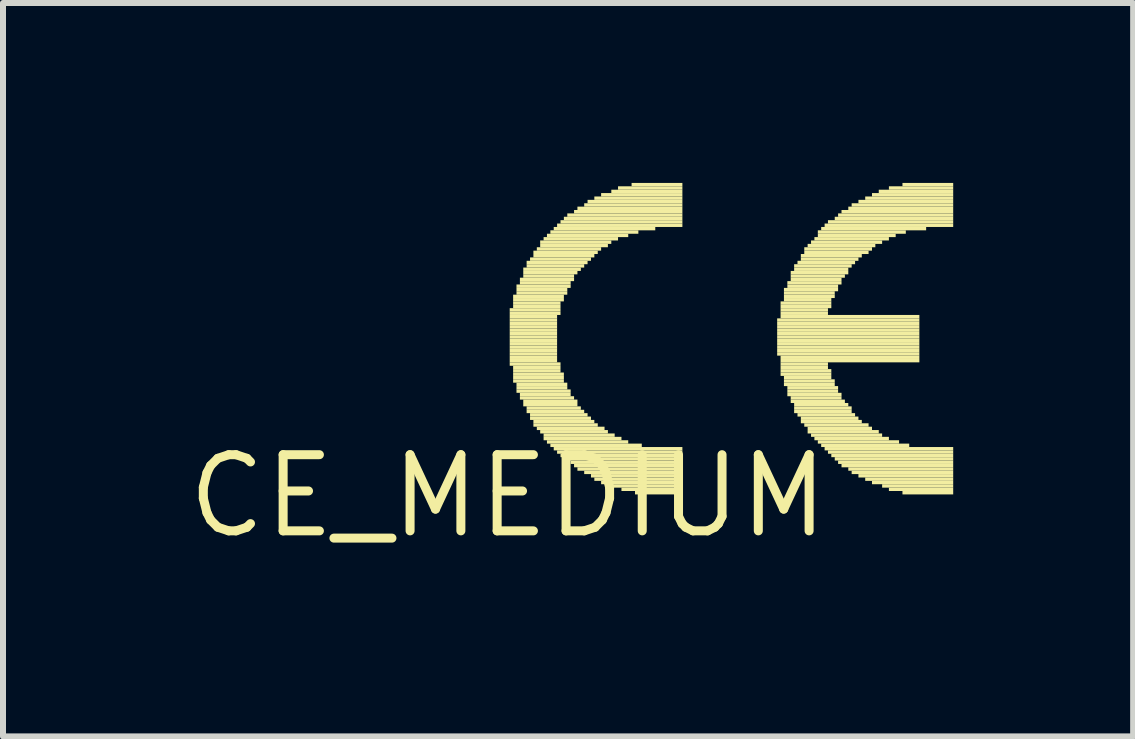
<source format=kicad_pcb>
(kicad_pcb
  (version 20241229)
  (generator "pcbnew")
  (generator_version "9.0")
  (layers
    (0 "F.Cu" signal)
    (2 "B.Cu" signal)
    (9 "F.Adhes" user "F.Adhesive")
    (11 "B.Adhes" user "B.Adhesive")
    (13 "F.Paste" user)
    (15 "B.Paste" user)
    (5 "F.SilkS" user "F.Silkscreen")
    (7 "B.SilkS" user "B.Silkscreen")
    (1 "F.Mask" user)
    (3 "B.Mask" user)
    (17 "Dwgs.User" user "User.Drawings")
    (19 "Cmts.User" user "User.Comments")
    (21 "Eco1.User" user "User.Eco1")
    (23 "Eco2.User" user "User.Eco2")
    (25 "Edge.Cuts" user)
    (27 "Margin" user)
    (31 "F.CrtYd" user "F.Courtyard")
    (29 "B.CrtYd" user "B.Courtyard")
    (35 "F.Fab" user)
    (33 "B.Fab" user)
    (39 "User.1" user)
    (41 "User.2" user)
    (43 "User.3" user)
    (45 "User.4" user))
  (footprint "CE_MEDIUM"
    (layer "F.Cu")
    (at 5.42 5.221)
    (property "Reference" "CE_MEDIUM" (at 0 0 0) (layer "F.SilkS") (effects (font (size 1.27 1.27) (thickness 0.15))))
    (fp_poly (pts (xy 0.028 -3.076) (xy 0.875 -3.076) (xy 0.875 -3.133) (xy 0.028 -3.133)) (stroke (width 0) (type solid)) (fill yes) (layer "F.SilkS"))
    (fp_poly (pts (xy 0.028 -3.02) (xy 0.875 -3.02) (xy 0.875 -3.076) (xy 0.028 -3.076)) (stroke (width 0) (type solid)) (fill yes) (layer "F.SilkS"))
    (fp_poly (pts (xy 0.028 -2.963) (xy 0.818 -2.963) (xy 0.818 -3.02) (xy 0.028 -3.02)) (stroke (width 0) (type solid)) (fill yes) (layer "F.SilkS"))
    (fp_poly (pts (xy 0.028 -2.907) (xy 0.818 -2.907) (xy 0.818 -2.963) (xy 0.028 -2.963)) (stroke (width 0) (type solid)) (fill yes) (layer "F.SilkS"))
    (fp_poly (pts (xy 0.028 -2.85) (xy 0.818 -2.85) (xy 0.818 -2.907) (xy 0.028 -2.907)) (stroke (width 0) (type solid)) (fill yes) (layer "F.SilkS"))
    (fp_poly (pts (xy 0.028 -2.794) (xy 0.818 -2.794) (xy 0.818 -2.85) (xy 0.028 -2.85)) (stroke (width 0) (type solid)) (fill yes) (layer "F.SilkS"))
    (fp_poly (pts (xy 0.028 -2.738) (xy 0.818 -2.738) (xy 0.818 -2.794) (xy 0.028 -2.794)) (stroke (width 0) (type solid)) (fill yes) (layer "F.SilkS"))
    (fp_poly (pts (xy 0.028 -2.681) (xy 0.818 -2.681) (xy 0.818 -2.738) (xy 0.028 -2.738)) (stroke (width 0) (type solid)) (fill yes) (layer "F.SilkS"))
    (fp_poly (pts (xy 0.028 -2.625) (xy 0.818 -2.625) (xy 0.818 -2.681) (xy 0.028 -2.681)) (stroke (width 0) (type solid)) (fill yes) (layer "F.SilkS"))
    (fp_poly (pts (xy 0.028 -2.568) (xy 0.818 -2.568) (xy 0.818 -2.625) (xy 0.028 -2.625)) (stroke (width 0) (type solid)) (fill yes) (layer "F.SilkS"))
    (fp_poly (pts (xy 0.028 -2.512) (xy 0.818 -2.512) (xy 0.818 -2.568) (xy 0.028 -2.568)) (stroke (width 0) (type solid)) (fill yes) (layer "F.SilkS"))
    (fp_poly (pts (xy 0.028 -2.455) (xy 0.818 -2.455) (xy 0.818 -2.512) (xy 0.028 -2.512)) (stroke (width 0) (type solid)) (fill yes) (layer "F.SilkS"))
    (fp_poly (pts (xy 0.028 -2.399) (xy 0.818 -2.399) (xy 0.818 -2.455) (xy 0.028 -2.455)) (stroke (width 0) (type solid)) (fill yes) (layer "F.SilkS"))
    (fp_poly (pts (xy 0.028 -2.342) (xy 0.818 -2.342) (xy 0.818 -2.399) (xy 0.028 -2.399)) (stroke (width 0) (type solid)) (fill yes) (layer "F.SilkS"))
    (fp_poly (pts (xy 0.028 -2.286) (xy 0.818 -2.286) (xy 0.818 -2.342) (xy 0.028 -2.342)) (stroke (width 0) (type solid)) (fill yes) (layer "F.SilkS"))
    (fp_poly (pts (xy 0.028 -2.23) (xy 0.818 -2.23) (xy 0.818 -2.286) (xy 0.028 -2.286)) (stroke (width 0) (type solid)) (fill yes) (layer "F.SilkS"))
    (fp_poly (pts (xy 0.028 -2.173) (xy 0.875 -2.173) (xy 0.875 -2.23) (xy 0.028 -2.23)) (stroke (width 0) (type solid)) (fill yes) (layer "F.SilkS"))
    (fp_poly (pts (xy 0.085 -3.302) (xy 0.931 -3.302) (xy 0.931 -3.358) (xy 0.085 -3.358)) (stroke (width 0) (type solid)) (fill yes) (layer "F.SilkS"))
    (fp_poly (pts (xy 0.085 -3.246) (xy 0.931 -3.246) (xy 0.931 -3.302) (xy 0.085 -3.302)) (stroke (width 0) (type solid)) (fill yes) (layer "F.SilkS"))
    (fp_poly (pts (xy 0.085 -3.189) (xy 0.875 -3.189) (xy 0.875 -3.246) (xy 0.085 -3.246)) (stroke (width 0) (type solid)) (fill yes) (layer "F.SilkS"))
    (fp_poly (pts (xy 0.085 -3.133) (xy 0.875 -3.133) (xy 0.875 -3.189) (xy 0.085 -3.189)) (stroke (width 0) (type solid)) (fill yes) (layer "F.SilkS"))
    (fp_poly (pts (xy 0.085 -2.117) (xy 0.875 -2.117) (xy 0.875 -2.173) (xy 0.085 -2.173)) (stroke (width 0) (type solid)) (fill yes) (layer "F.SilkS"))
    (fp_poly (pts (xy 0.085 -2.06) (xy 0.875 -2.06) (xy 0.875 -2.117) (xy 0.085 -2.117)) (stroke (width 0) (type solid)) (fill yes) (layer "F.SilkS"))
    (fp_poly (pts (xy 0.085 -2.004) (xy 0.931 -2.004) (xy 0.931 -2.06) (xy 0.085 -2.06)) (stroke (width 0) (type solid)) (fill yes) (layer "F.SilkS"))
    (fp_poly (pts (xy 0.085 -1.947) (xy 0.931 -1.947) (xy 0.931 -2.004) (xy 0.085 -2.004)) (stroke (width 0) (type solid)) (fill yes) (layer "F.SilkS"))
    (fp_poly (pts (xy 0.085 -1.891) (xy 0.931 -1.891) (xy 0.931 -1.947) (xy 0.085 -1.947)) (stroke (width 0) (type solid)) (fill yes) (layer "F.SilkS"))
    (fp_poly (pts (xy 0.141 -3.471) (xy 1.044 -3.471) (xy 1.044 -3.528) (xy 0.141 -3.528)) (stroke (width 0) (type solid)) (fill yes) (layer "F.SilkS"))
    (fp_poly (pts (xy 0.141 -3.415) (xy 0.988 -3.415) (xy 0.988 -3.471) (xy 0.141 -3.471)) (stroke (width 0) (type solid)) (fill yes) (layer "F.SilkS"))
    (fp_poly (pts (xy 0.141 -3.358) (xy 0.988 -3.358) (xy 0.988 -3.415) (xy 0.141 -3.415)) (stroke (width 0) (type solid)) (fill yes) (layer "F.SilkS"))
    (fp_poly (pts (xy 0.141 -1.834) (xy 0.988 -1.834) (xy 0.988 -1.891) (xy 0.141 -1.891)) (stroke (width 0) (type solid)) (fill yes) (layer "F.SilkS"))
    (fp_poly (pts (xy 0.141 -1.778) (xy 0.988 -1.778) (xy 0.988 -1.834) (xy 0.141 -1.834)) (stroke (width 0) (type solid)) (fill yes) (layer "F.SilkS"))
    (fp_poly (pts (xy 0.141 -1.722) (xy 1.044 -1.722) (xy 1.044 -1.778) (xy 0.141 -1.778)) (stroke (width 0) (type solid)) (fill yes) (layer "F.SilkS"))
    (fp_poly (pts (xy 0.198 -3.584) (xy 1.101 -3.584) (xy 1.101 -3.641) (xy 0.198 -3.641)) (stroke (width 0) (type solid)) (fill yes) (layer "F.SilkS"))
    (fp_poly (pts (xy 0.198 -3.528) (xy 1.044 -3.528) (xy 1.044 -3.584) (xy 0.198 -3.584)) (stroke (width 0) (type solid)) (fill yes) (layer "F.SilkS"))
    (fp_poly (pts (xy 0.198 -1.665) (xy 1.044 -1.665) (xy 1.044 -1.722) (xy 0.198 -1.722)) (stroke (width 0) (type solid)) (fill yes) (layer "F.SilkS"))
    (fp_poly (pts (xy 0.198 -1.609) (xy 1.101 -1.609) (xy 1.101 -1.665) (xy 0.198 -1.665)) (stroke (width 0) (type solid)) (fill yes) (layer "F.SilkS"))
    (fp_poly (pts (xy 0.254 -3.754) (xy 1.214 -3.754) (xy 1.214 -3.81) (xy 0.254 -3.81)) (stroke (width 0) (type solid)) (fill yes) (layer "F.SilkS"))
    (fp_poly (pts (xy 0.254 -3.697) (xy 1.157 -3.697) (xy 1.157 -3.754) (xy 0.254 -3.754)) (stroke (width 0) (type solid)) (fill yes) (layer "F.SilkS"))
    (fp_poly (pts (xy 0.254 -3.641) (xy 1.101 -3.641) (xy 1.101 -3.697) (xy 0.254 -3.697)) (stroke (width 0) (type solid)) (fill yes) (layer "F.SilkS"))
    (fp_poly (pts (xy 0.254 -1.552) (xy 1.157 -1.552) (xy 1.157 -1.609) (xy 0.254 -1.609)) (stroke (width 0) (type solid)) (fill yes) (layer "F.SilkS"))
    (fp_poly (pts (xy 0.254 -1.496) (xy 1.157 -1.496) (xy 1.157 -1.552) (xy 0.254 -1.552)) (stroke (width 0) (type solid)) (fill yes) (layer "F.SilkS"))
    (fp_poly (pts (xy 0.31 -3.866) (xy 1.326 -3.866) (xy 1.326 -3.923) (xy 0.31 -3.923)) (stroke (width 0) (type solid)) (fill yes) (layer "F.SilkS"))
    (fp_poly (pts (xy 0.31 -3.81) (xy 1.27 -3.81) (xy 1.27 -3.866) (xy 0.31 -3.866)) (stroke (width 0) (type solid)) (fill yes) (layer "F.SilkS"))
    (fp_poly (pts (xy 0.31 -1.439) (xy 1.214 -1.439) (xy 1.214 -1.496) (xy 0.31 -1.496)) (stroke (width 0) (type solid)) (fill yes) (layer "F.SilkS"))
    (fp_poly (pts (xy 0.31 -1.383) (xy 1.27 -1.383) (xy 1.27 -1.439) (xy 0.31 -1.439)) (stroke (width 0) (type solid)) (fill yes) (layer "F.SilkS"))
    (fp_poly (pts (xy 0.367 -3.923) (xy 1.383 -3.923) (xy 1.383 -3.979) (xy 0.367 -3.979)) (stroke (width 0) (type solid)) (fill yes) (layer "F.SilkS"))
    (fp_poly (pts (xy 0.367 -1.326) (xy 1.326 -1.326) (xy 1.326 -1.383) (xy 0.367 -1.383)) (stroke (width 0) (type solid)) (fill yes) (layer "F.SilkS"))
    (fp_poly (pts (xy 0.367 -1.27) (xy 1.383 -1.27) (xy 1.383 -1.326) (xy 0.367 -1.326)) (stroke (width 0) (type solid)) (fill yes) (layer "F.SilkS"))
    (fp_poly (pts (xy 0.423 -4.036) (xy 1.496 -4.036) (xy 1.496 -4.092) (xy 0.423 -4.092)) (stroke (width 0) (type solid)) (fill yes) (layer "F.SilkS"))
    (fp_poly (pts (xy 0.423 -3.979) (xy 1.439 -3.979) (xy 1.439 -4.036) (xy 0.423 -4.036)) (stroke (width 0) (type solid)) (fill yes) (layer "F.SilkS"))
    (fp_poly (pts (xy 0.423 -1.214) (xy 1.439 -1.214) (xy 1.439 -1.27) (xy 0.423 -1.27)) (stroke (width 0) (type solid)) (fill yes) (layer "F.SilkS"))
    (fp_poly (pts (xy 0.423 -1.157) (xy 1.496 -1.157) (xy 1.496 -1.214) (xy 0.423 -1.214)) (stroke (width 0) (type solid)) (fill yes) (layer "F.SilkS"))
    (fp_poly (pts (xy 0.48 -4.092) (xy 1.552 -4.092) (xy 1.552 -4.149) (xy 0.48 -4.149)) (stroke (width 0) (type solid)) (fill yes) (layer "F.SilkS"))
    (fp_poly (pts (xy 0.48 -1.101) (xy 1.609 -1.101) (xy 1.609 -1.157) (xy 0.48 -1.157)) (stroke (width 0) (type solid)) (fill yes) (layer "F.SilkS"))
    (fp_poly (pts (xy 0.536 -4.205) (xy 1.722 -4.205) (xy 1.722 -4.262) (xy 0.536 -4.262)) (stroke (width 0) (type solid)) (fill yes) (layer "F.SilkS"))
    (fp_poly (pts (xy 0.536 -4.149) (xy 1.665 -4.149) (xy 1.665 -4.205) (xy 0.536 -4.205)) (stroke (width 0) (type solid)) (fill yes) (layer "F.SilkS"))
    (fp_poly (pts (xy 0.536 -1.044) (xy 1.665 -1.044) (xy 1.665 -1.101) (xy 0.536 -1.101)) (stroke (width 0) (type solid)) (fill yes) (layer "F.SilkS"))
    (fp_poly (pts (xy 0.593 -4.262) (xy 1.834 -4.262) (xy 1.834 -4.318) (xy 0.593 -4.318)) (stroke (width 0) (type solid)) (fill yes) (layer "F.SilkS"))
    (fp_poly (pts (xy 0.593 -0.988) (xy 1.778 -0.988) (xy 1.778 -1.044) (xy 0.593 -1.044)) (stroke (width 0) (type solid)) (fill yes) (layer "F.SilkS"))
    (fp_poly (pts (xy 0.593 -0.931) (xy 1.891 -0.931) (xy 1.891 -0.988) (xy 0.593 -0.988)) (stroke (width 0) (type solid)) (fill yes) (layer "F.SilkS"))
    (fp_poly (pts (xy 0.649 -4.318) (xy 2.004 -4.318) (xy 2.004 -4.374) (xy 0.649 -4.374)) (stroke (width 0) (type solid)) (fill yes) (layer "F.SilkS"))
    (fp_poly (pts (xy 0.649 -0.875) (xy 2.004 -0.875) (xy 2.004 -0.931) (xy 0.649 -0.931)) (stroke (width 0) (type solid)) (fill yes) (layer "F.SilkS"))
    (fp_poly (pts (xy 0.706 -4.374) (xy 2.173 -4.374) (xy 2.173 -4.431) (xy 0.706 -4.431)) (stroke (width 0) (type solid)) (fill yes) (layer "F.SilkS"))
    (fp_poly (pts (xy 0.706 -0.818) (xy 2.23 -0.818) (xy 2.23 -0.875) (xy 0.706 -0.875)) (stroke (width 0) (type solid)) (fill yes) (layer "F.SilkS"))
    (fp_poly (pts (xy 0.762 -4.431) (xy 2.455 -4.431) (xy 2.455 -4.487) (xy 0.762 -4.487)) (stroke (width 0) (type solid)) (fill yes) (layer "F.SilkS"))
    (fp_poly (pts (xy 0.762 -0.762) (xy 2.907 -0.762) (xy 2.907 -0.818) (xy 0.762 -0.818)) (stroke (width 0) (type solid)) (fill yes) (layer "F.SilkS"))
    (fp_poly (pts (xy 0.818 -4.487) (xy 2.907 -4.487) (xy 2.907 -4.544) (xy 0.818 -4.544)) (stroke (width 0) (type solid)) (fill yes) (layer "F.SilkS"))
    (fp_poly (pts (xy 0.818 -0.706) (xy 2.907 -0.706) (xy 2.907 -0.762) (xy 0.818 -0.762)) (stroke (width 0) (type solid)) (fill yes) (layer "F.SilkS"))
    (fp_poly (pts (xy 0.875 -4.544) (xy 2.907 -4.544) (xy 2.907 -4.6) (xy 0.875 -4.6)) (stroke (width 0) (type solid)) (fill yes) (layer "F.SilkS"))
    (fp_poly (pts (xy 0.875 -0.649) (xy 2.907 -0.649) (xy 2.907 -0.706) (xy 0.875 -0.706)) (stroke (width 0) (type solid)) (fill yes) (layer "F.SilkS"))
    (fp_poly (pts (xy 0.931 -4.6) (xy 2.907 -4.6) (xy 2.907 -4.657) (xy 0.931 -4.657)) (stroke (width 0) (type solid)) (fill yes) (layer "F.SilkS"))
    (fp_poly (pts (xy 0.931 -0.593) (xy 2.907 -0.593) (xy 2.907 -0.649) (xy 0.931 -0.649)) (stroke (width 0) (type solid)) (fill yes) (layer "F.SilkS"))
    (fp_poly (pts (xy 0.988 -4.657) (xy 2.907 -4.657) (xy 2.907 -4.713) (xy 0.988 -4.713)) (stroke (width 0) (type solid)) (fill yes) (layer "F.SilkS"))
    (fp_poly (pts (xy 1.044 -0.536) (xy 2.907 -0.536) (xy 2.907 -0.593) (xy 1.044 -0.593)) (stroke (width 0) (type solid)) (fill yes) (layer "F.SilkS"))
    (fp_poly (pts (xy 1.101 -4.713) (xy 2.907 -4.713) (xy 2.907 -4.77) (xy 1.101 -4.77)) (stroke (width 0) (type solid)) (fill yes) (layer "F.SilkS"))
    (fp_poly (pts (xy 1.101 -0.48) (xy 2.907 -0.48) (xy 2.907 -0.536) (xy 1.101 -0.536)) (stroke (width 0) (type solid)) (fill yes) (layer "F.SilkS"))
    (fp_poly (pts (xy 1.157 -4.77) (xy 2.907 -4.77) (xy 2.907 -4.826) (xy 1.157 -4.826)) (stroke (width 0) (type solid)) (fill yes) (layer "F.SilkS"))
    (fp_poly (pts (xy 1.157 -0.423) (xy 2.907 -0.423) (xy 2.907 -0.48) (xy 1.157 -0.48)) (stroke (width 0) (type solid)) (fill yes) (layer "F.SilkS"))
    (fp_poly (pts (xy 1.27 -4.826) (xy 2.907 -4.826) (xy 2.907 -4.882) (xy 1.27 -4.882)) (stroke (width 0) (type solid)) (fill yes) (layer "F.SilkS"))
    (fp_poly (pts (xy 1.27 -0.367) (xy 2.907 -0.367) (xy 2.907 -0.423) (xy 1.27 -0.423)) (stroke (width 0) (type solid)) (fill yes) (layer "F.SilkS"))
    (fp_poly (pts (xy 1.326 -4.882) (xy 2.907 -4.882) (xy 2.907 -4.939) (xy 1.326 -4.939)) (stroke (width 0) (type solid)) (fill yes) (layer "F.SilkS"))
    (fp_poly (pts (xy 1.383 -0.31) (xy 2.907 -0.31) (xy 2.907 -0.367) (xy 1.383 -0.367)) (stroke (width 0) (type solid)) (fill yes) (layer "F.SilkS"))
    (fp_poly (pts (xy 1.439 -4.939) (xy 2.907 -4.939) (xy 2.907 -4.995) (xy 1.439 -4.995)) (stroke (width 0) (type solid)) (fill yes) (layer "F.SilkS"))
    (fp_poly (pts (xy 1.439 -0.254) (xy 2.907 -0.254) (xy 2.907 -0.31) (xy 1.439 -0.31)) (stroke (width 0) (type solid)) (fill yes) (layer "F.SilkS"))
    (fp_poly (pts (xy 1.552 -4.995) (xy 2.907 -4.995) (xy 2.907 -5.052) (xy 1.552 -5.052)) (stroke (width 0) (type solid)) (fill yes) (layer "F.SilkS"))
    (fp_poly (pts (xy 1.552 -0.198) (xy 2.907 -0.198) (xy 2.907 -0.254) (xy 1.552 -0.254)) (stroke (width 0) (type solid)) (fill yes) (layer "F.SilkS"))
    (fp_poly (pts (xy 1.722 -5.052) (xy 2.907 -5.052) (xy 2.907 -5.108) (xy 1.722 -5.108)) (stroke (width 0) (type solid)) (fill yes) (layer "F.SilkS"))
    (fp_poly (pts (xy 1.722 -0.141) (xy 2.907 -0.141) (xy 2.907 -0.198) (xy 1.722 -0.198)) (stroke (width 0) (type solid)) (fill yes) (layer "F.SilkS"))
    (fp_poly (pts (xy 1.834 -5.108) (xy 2.907 -5.108) (xy 2.907 -5.165) (xy 1.834 -5.165)) (stroke (width 0) (type solid)) (fill yes) (layer "F.SilkS"))
    (fp_poly (pts (xy 1.891 -0.085) (xy 2.907 -0.085) (xy 2.907 -0.141) (xy 1.891 -0.141)) (stroke (width 0) (type solid)) (fill yes) (layer "F.SilkS"))
    (fp_poly (pts (xy 2.06 -5.165) (xy 2.907 -5.165) (xy 2.907 -5.221) (xy 2.06 -5.221)) (stroke (width 0) (type solid)) (fill yes) (layer "F.SilkS"))
    (fp_poly (pts (xy 2.117 -0.028) (xy 2.907 -0.028) (xy 2.907 -0.085) (xy 2.117 -0.085)) (stroke (width 0) (type solid)) (fill yes) (layer "F.SilkS"))
    (fp_poly (pts (xy 4.487 -2.907) (xy 6.858 -2.907) (xy 6.858 -2.963) (xy 4.487 -2.963)) (stroke (width 0) (type solid)) (fill yes) (layer "F.SilkS"))
    (fp_poly (pts (xy 4.487 -2.85) (xy 6.858 -2.85) (xy 6.858 -2.907) (xy 4.487 -2.907)) (stroke (width 0) (type solid)) (fill yes) (layer "F.SilkS"))
    (fp_poly (pts (xy 4.487 -2.794) (xy 6.858 -2.794) (xy 6.858 -2.85) (xy 4.487 -2.85)) (stroke (width 0) (type solid)) (fill yes) (layer "F.SilkS"))
    (fp_poly (pts (xy 4.487 -2.738) (xy 6.858 -2.738) (xy 6.858 -2.794) (xy 4.487 -2.794)) (stroke (width 0) (type solid)) (fill yes) (layer "F.SilkS"))
    (fp_poly (pts (xy 4.487 -2.681) (xy 6.858 -2.681) (xy 6.858 -2.738) (xy 4.487 -2.738)) (stroke (width 0) (type solid)) (fill yes) (layer "F.SilkS"))
    (fp_poly (pts (xy 4.487 -2.625) (xy 6.858 -2.625) (xy 6.858 -2.681) (xy 4.487 -2.681)) (stroke (width 0) (type solid)) (fill yes) (layer "F.SilkS"))
    (fp_poly (pts (xy 4.487 -2.568) (xy 6.858 -2.568) (xy 6.858 -2.625) (xy 4.487 -2.625)) (stroke (width 0) (type solid)) (fill yes) (layer "F.SilkS"))
    (fp_poly (pts (xy 4.487 -2.512) (xy 6.858 -2.512) (xy 6.858 -2.568) (xy 4.487 -2.568)) (stroke (width 0) (type solid)) (fill yes) (layer "F.SilkS"))
    (fp_poly (pts (xy 4.487 -2.455) (xy 6.858 -2.455) (xy 6.858 -2.512) (xy 4.487 -2.512)) (stroke (width 0) (type solid)) (fill yes) (layer "F.SilkS"))
    (fp_poly (pts (xy 4.487 -2.399) (xy 6.858 -2.399) (xy 6.858 -2.455) (xy 4.487 -2.455)) (stroke (width 0) (type solid)) (fill yes) (layer "F.SilkS"))
    (fp_poly (pts (xy 4.487 -2.342) (xy 6.858 -2.342) (xy 6.858 -2.399) (xy 4.487 -2.399)) (stroke (width 0) (type solid)) (fill yes) (layer "F.SilkS"))
    (fp_poly (pts (xy 4.544 -3.189) (xy 5.39 -3.189) (xy 5.39 -3.246) (xy 4.544 -3.246)) (stroke (width 0) (type solid)) (fill yes) (layer "F.SilkS"))
    (fp_poly (pts (xy 4.544 -3.133) (xy 5.39 -3.133) (xy 5.39 -3.189) (xy 4.544 -3.189)) (stroke (width 0) (type solid)) (fill yes) (layer "F.SilkS"))
    (fp_poly (pts (xy 4.544 -3.076) (xy 5.334 -3.076) (xy 5.334 -3.133) (xy 4.544 -3.133)) (stroke (width 0) (type solid)) (fill yes) (layer "F.SilkS"))
    (fp_poly (pts (xy 4.544 -3.02) (xy 5.334 -3.02) (xy 5.334 -3.076) (xy 4.544 -3.076)) (stroke (width 0) (type solid)) (fill yes) (layer "F.SilkS"))
    (fp_poly (pts (xy 4.544 -2.963) (xy 6.858 -2.963) (xy 6.858 -3.02) (xy 4.544 -3.02)) (stroke (width 0) (type solid)) (fill yes) (layer "F.SilkS"))
    (fp_poly (pts (xy 4.544 -2.286) (xy 6.858 -2.286) (xy 6.858 -2.342) (xy 4.544 -2.342)) (stroke (width 0) (type solid)) (fill yes) (layer "F.SilkS"))
    (fp_poly (pts (xy 4.544 -2.23) (xy 6.858 -2.23) (xy 6.858 -2.286) (xy 4.544 -2.286)) (stroke (width 0) (type solid)) (fill yes) (layer "F.SilkS"))
    (fp_poly (pts (xy 4.544 -2.173) (xy 5.334 -2.173) (xy 5.334 -2.23) (xy 4.544 -2.23)) (stroke (width 0) (type solid)) (fill yes) (layer "F.SilkS"))
    (fp_poly (pts (xy 4.544 -2.117) (xy 5.334 -2.117) (xy 5.334 -2.173) (xy 4.544 -2.173)) (stroke (width 0) (type solid)) (fill yes) (layer "F.SilkS"))
    (fp_poly (pts (xy 4.544 -2.06) (xy 5.39 -2.06) (xy 5.39 -2.117) (xy 4.544 -2.117)) (stroke (width 0) (type solid)) (fill yes) (layer "F.SilkS"))
    (fp_poly (pts (xy 4.544 -2.004) (xy 5.39 -2.004) (xy 5.39 -2.06) (xy 4.544 -2.06)) (stroke (width 0) (type solid)) (fill yes) (layer "F.SilkS"))
    (fp_poly (pts (xy 4.6 -3.415) (xy 5.503 -3.415) (xy 5.503 -3.471) (xy 4.6 -3.471)) (stroke (width 0) (type solid)) (fill yes) (layer "F.SilkS"))
    (fp_poly (pts (xy 4.6 -3.358) (xy 5.447 -3.358) (xy 5.447 -3.415) (xy 4.6 -3.415)) (stroke (width 0) (type solid)) (fill yes) (layer "F.SilkS"))
    (fp_poly (pts (xy 4.6 -3.302) (xy 5.447 -3.302) (xy 5.447 -3.358) (xy 4.6 -3.358)) (stroke (width 0) (type solid)) (fill yes) (layer "F.SilkS"))
    (fp_poly (pts (xy 4.6 -3.246) (xy 5.39 -3.246) (xy 5.39 -3.302) (xy 4.6 -3.302)) (stroke (width 0) (type solid)) (fill yes) (layer "F.SilkS"))
    (fp_poly (pts (xy 4.6 -1.947) (xy 5.39 -1.947) (xy 5.39 -2.004) (xy 4.6 -2.004)) (stroke (width 0) (type solid)) (fill yes) (layer "F.SilkS"))
    (fp_poly (pts (xy 4.6 -1.891) (xy 5.447 -1.891) (xy 5.447 -1.947) (xy 4.6 -1.947)) (stroke (width 0) (type solid)) (fill yes) (layer "F.SilkS"))
    (fp_poly (pts (xy 4.6 -1.834) (xy 5.447 -1.834) (xy 5.447 -1.891) (xy 4.6 -1.891)) (stroke (width 0) (type solid)) (fill yes) (layer "F.SilkS"))
    (fp_poly (pts (xy 4.657 -3.528) (xy 5.56 -3.528) (xy 5.56 -3.584) (xy 4.657 -3.584)) (stroke (width 0) (type solid)) (fill yes) (layer "F.SilkS"))
    (fp_poly (pts (xy 4.657 -3.471) (xy 5.503 -3.471) (xy 5.503 -3.528) (xy 4.657 -3.528)) (stroke (width 0) (type solid)) (fill yes) (layer "F.SilkS"))
    (fp_poly (pts (xy 4.657 -1.778) (xy 5.503 -1.778) (xy 5.503 -1.834) (xy 4.657 -1.834)) (stroke (width 0) (type solid)) (fill yes) (layer "F.SilkS"))
    (fp_poly (pts (xy 4.657 -1.722) (xy 5.503 -1.722) (xy 5.503 -1.778) (xy 4.657 -1.778)) (stroke (width 0) (type solid)) (fill yes) (layer "F.SilkS"))
    (fp_poly (pts (xy 4.657 -1.665) (xy 5.56 -1.665) (xy 5.56 -1.722) (xy 4.657 -1.722)) (stroke (width 0) (type solid)) (fill yes) (layer "F.SilkS"))
    (fp_poly (pts (xy 4.713 -3.697) (xy 5.673 -3.697) (xy 5.673 -3.754) (xy 4.713 -3.754)) (stroke (width 0) (type solid)) (fill yes) (layer "F.SilkS"))
    (fp_poly (pts (xy 4.713 -3.641) (xy 5.616 -3.641) (xy 5.616 -3.697) (xy 4.713 -3.697)) (stroke (width 0) (type solid)) (fill yes) (layer "F.SilkS"))
    (fp_poly (pts (xy 4.713 -3.584) (xy 5.56 -3.584) (xy 5.56 -3.641) (xy 4.713 -3.641)) (stroke (width 0) (type solid)) (fill yes) (layer "F.SilkS"))
    (fp_poly (pts (xy 4.713 -1.609) (xy 5.56 -1.609) (xy 5.56 -1.665) (xy 4.713 -1.665)) (stroke (width 0) (type solid)) (fill yes) (layer "F.SilkS"))
    (fp_poly (pts (xy 4.713 -1.552) (xy 5.616 -1.552) (xy 5.616 -1.609) (xy 4.713 -1.609)) (stroke (width 0) (type solid)) (fill yes) (layer "F.SilkS"))
    (fp_poly (pts (xy 4.77 -3.81) (xy 5.729 -3.81) (xy 5.729 -3.866) (xy 4.77 -3.866)) (stroke (width 0) (type solid)) (fill yes) (layer "F.SilkS"))
    (fp_poly (pts (xy 4.77 -3.754) (xy 5.673 -3.754) (xy 5.673 -3.81) (xy 4.77 -3.81)) (stroke (width 0) (type solid)) (fill yes) (layer "F.SilkS"))
    (fp_poly (pts (xy 4.77 -1.496) (xy 5.673 -1.496) (xy 5.673 -1.552) (xy 4.77 -1.552)) (stroke (width 0) (type solid)) (fill yes) (layer "F.SilkS"))
    (fp_poly (pts (xy 4.77 -1.439) (xy 5.729 -1.439) (xy 5.729 -1.496) (xy 4.77 -1.496)) (stroke (width 0) (type solid)) (fill yes) (layer "F.SilkS"))
    (fp_poly (pts (xy 4.77 -1.383) (xy 5.729 -1.383) (xy 5.729 -1.439) (xy 4.77 -1.439)) (stroke (width 0) (type solid)) (fill yes) (layer "F.SilkS"))
    (fp_poly (pts (xy 4.826 -3.866) (xy 5.786 -3.866) (xy 5.786 -3.923) (xy 4.826 -3.923)) (stroke (width 0) (type solid)) (fill yes) (layer "F.SilkS"))
    (fp_poly (pts (xy 4.826 -1.326) (xy 5.786 -1.326) (xy 5.786 -1.383) (xy 4.826 -1.383)) (stroke (width 0) (type solid)) (fill yes) (layer "F.SilkS"))
    (fp_poly (pts (xy 4.882 -3.979) (xy 5.898 -3.979) (xy 5.898 -4.036) (xy 4.882 -4.036)) (stroke (width 0) (type solid)) (fill yes) (layer "F.SilkS"))
    (fp_poly (pts (xy 4.882 -3.923) (xy 5.842 -3.923) (xy 5.842 -3.979) (xy 4.882 -3.979)) (stroke (width 0) (type solid)) (fill yes) (layer "F.SilkS"))
    (fp_poly (pts (xy 4.882 -1.27) (xy 5.842 -1.27) (xy 5.842 -1.326) (xy 4.882 -1.326)) (stroke (width 0) (type solid)) (fill yes) (layer "F.SilkS"))
    (fp_poly (pts (xy 4.882 -1.214) (xy 5.898 -1.214) (xy 5.898 -1.27) (xy 4.882 -1.27)) (stroke (width 0) (type solid)) (fill yes) (layer "F.SilkS"))
    (fp_poly (pts (xy 4.939 -4.092) (xy 6.068 -4.092) (xy 6.068 -4.149) (xy 4.939 -4.149)) (stroke (width 0) (type solid)) (fill yes) (layer "F.SilkS"))
    (fp_poly (pts (xy 4.939 -4.036) (xy 6.011 -4.036) (xy 6.011 -4.092) (xy 4.939 -4.092)) (stroke (width 0) (type solid)) (fill yes) (layer "F.SilkS"))
    (fp_poly (pts (xy 4.939 -1.157) (xy 6.011 -1.157) (xy 6.011 -1.214) (xy 4.939 -1.214)) (stroke (width 0) (type solid)) (fill yes) (layer "F.SilkS"))
    (fp_poly (pts (xy 4.995 -4.149) (xy 6.124 -4.149) (xy 6.124 -4.205) (xy 4.995 -4.205)) (stroke (width 0) (type solid)) (fill yes) (layer "F.SilkS"))
    (fp_poly (pts (xy 4.995 -1.101) (xy 6.068 -1.101) (xy 6.068 -1.157) (xy 4.995 -1.157)) (stroke (width 0) (type solid)) (fill yes) (layer "F.SilkS"))
    (fp_poly (pts (xy 4.995 -1.044) (xy 6.181 -1.044) (xy 6.181 -1.101) (xy 4.995 -1.101)) (stroke (width 0) (type solid)) (fill yes) (layer "F.SilkS"))
    (fp_poly (pts (xy 5.052 -4.205) (xy 6.237 -4.205) (xy 6.237 -4.262) (xy 5.052 -4.262)) (stroke (width 0) (type solid)) (fill yes) (layer "F.SilkS"))
    (fp_poly (pts (xy 5.052 -0.988) (xy 6.237 -0.988) (xy 6.237 -1.044) (xy 5.052 -1.044)) (stroke (width 0) (type solid)) (fill yes) (layer "F.SilkS"))
    (fp_poly (pts (xy 5.108 -4.262) (xy 6.35 -4.262) (xy 6.35 -4.318) (xy 5.108 -4.318)) (stroke (width 0) (type solid)) (fill yes) (layer "F.SilkS"))
    (fp_poly (pts (xy 5.108 -0.931) (xy 6.35 -0.931) (xy 6.35 -0.988) (xy 5.108 -0.988)) (stroke (width 0) (type solid)) (fill yes) (layer "F.SilkS"))
    (fp_poly (pts (xy 5.165 -4.374) (xy 6.632 -4.374) (xy 6.632 -4.431) (xy 5.165 -4.431)) (stroke (width 0) (type solid)) (fill yes) (layer "F.SilkS"))
    (fp_poly (pts (xy 5.165 -4.318) (xy 6.463 -4.318) (xy 6.463 -4.374) (xy 5.165 -4.374)) (stroke (width 0) (type solid)) (fill yes) (layer "F.SilkS"))
    (fp_poly (pts (xy 5.165 -0.875) (xy 6.519 -0.875) (xy 6.519 -0.931) (xy 5.165 -0.931)) (stroke (width 0) (type solid)) (fill yes) (layer "F.SilkS"))
    (fp_poly (pts (xy 5.221 -4.431) (xy 6.971 -4.431) (xy 6.971 -4.487) (xy 5.221 -4.487)) (stroke (width 0) (type solid)) (fill yes) (layer "F.SilkS"))
    (fp_poly (pts (xy 5.221 -0.818) (xy 6.689 -0.818) (xy 6.689 -0.875) (xy 5.221 -0.875)) (stroke (width 0) (type solid)) (fill yes) (layer "F.SilkS"))
    (fp_poly (pts (xy 5.278 -4.487) (xy 7.422 -4.487) (xy 7.422 -4.544) (xy 5.278 -4.544)) (stroke (width 0) (type solid)) (fill yes) (layer "F.SilkS"))
    (fp_poly (pts (xy 5.278 -0.762) (xy 7.422 -0.762) (xy 7.422 -0.818) (xy 5.278 -0.818)) (stroke (width 0) (type solid)) (fill yes) (layer "F.SilkS"))
    (fp_poly (pts (xy 5.334 -4.544) (xy 7.422 -4.544) (xy 7.422 -4.6) (xy 5.334 -4.6)) (stroke (width 0) (type solid)) (fill yes) (layer "F.SilkS"))
    (fp_poly (pts (xy 5.334 -0.706) (xy 7.422 -0.706) (xy 7.422 -0.762) (xy 5.334 -0.762)) (stroke (width 0) (type solid)) (fill yes) (layer "F.SilkS"))
    (fp_poly (pts (xy 5.39 -0.649) (xy 7.422 -0.649) (xy 7.422 -0.706) (xy 5.39 -0.706)) (stroke (width 0) (type solid)) (fill yes) (layer "F.SilkS"))
    (fp_poly (pts (xy 5.447 -4.6) (xy 7.422 -4.6) (xy 7.422 -4.657) (xy 5.447 -4.657)) (stroke (width 0) (type solid)) (fill yes) (layer "F.SilkS"))
    (fp_poly (pts (xy 5.447 -0.593) (xy 7.422 -0.593) (xy 7.422 -0.649) (xy 5.447 -0.649)) (stroke (width 0) (type solid)) (fill yes) (layer "F.SilkS"))
    (fp_poly (pts (xy 5.503 -4.657) (xy 7.422 -4.657) (xy 7.422 -4.713) (xy 5.503 -4.713)) (stroke (width 0) (type solid)) (fill yes) (layer "F.SilkS"))
    (fp_poly (pts (xy 5.503 -0.536) (xy 7.422 -0.536) (xy 7.422 -0.593) (xy 5.503 -0.593)) (stroke (width 0) (type solid)) (fill yes) (layer "F.SilkS"))
    (fp_poly (pts (xy 5.56 -4.713) (xy 7.422 -4.713) (xy 7.422 -4.77) (xy 5.56 -4.77)) (stroke (width 0) (type solid)) (fill yes) (layer "F.SilkS"))
    (fp_poly (pts (xy 5.56 -0.48) (xy 7.422 -0.48) (xy 7.422 -0.536) (xy 5.56 -0.536)) (stroke (width 0) (type solid)) (fill yes) (layer "F.SilkS"))
    (fp_poly (pts (xy 5.673 -4.77) (xy 7.422 -4.77) (xy 7.422 -4.826) (xy 5.673 -4.826)) (stroke (width 0) (type solid)) (fill yes) (layer "F.SilkS"))
    (fp_poly (pts (xy 5.673 -0.423) (xy 7.422 -0.423) (xy 7.422 -0.48) (xy 5.673 -0.48)) (stroke (width 0) (type solid)) (fill yes) (layer "F.SilkS"))
    (fp_poly (pts (xy 5.729 -4.826) (xy 7.422 -4.826) (xy 7.422 -4.882) (xy 5.729 -4.882)) (stroke (width 0) (type solid)) (fill yes) (layer "F.SilkS"))
    (fp_poly (pts (xy 5.729 -0.367) (xy 7.422 -0.367) (xy 7.422 -0.423) (xy 5.729 -0.423)) (stroke (width 0) (type solid)) (fill yes) (layer "F.SilkS"))
    (fp_poly (pts (xy 5.842 -4.882) (xy 7.422 -4.882) (xy 7.422 -4.939) (xy 5.842 -4.939)) (stroke (width 0) (type solid)) (fill yes) (layer "F.SilkS"))
    (fp_poly (pts (xy 5.842 -0.31) (xy 7.422 -0.31) (xy 7.422 -0.367) (xy 5.842 -0.367)) (stroke (width 0) (type solid)) (fill yes) (layer "F.SilkS"))
    (fp_poly (pts (xy 5.955 -4.939) (xy 7.422 -4.939) (xy 7.422 -4.995) (xy 5.955 -4.995)) (stroke (width 0) (type solid)) (fill yes) (layer "F.SilkS"))
    (fp_poly (pts (xy 5.955 -0.254) (xy 7.422 -0.254) (xy 7.422 -0.31) (xy 5.955 -0.31)) (stroke (width 0) (type solid)) (fill yes) (layer "F.SilkS"))
    (fp_poly (pts (xy 6.068 -4.995) (xy 7.422 -4.995) (xy 7.422 -5.052) (xy 6.068 -5.052)) (stroke (width 0) (type solid)) (fill yes) (layer "F.SilkS"))
    (fp_poly (pts (xy 6.068 -0.198) (xy 7.422 -0.198) (xy 7.422 -0.254) (xy 6.068 -0.254)) (stroke (width 0) (type solid)) (fill yes) (layer "F.SilkS"))
    (fp_poly (pts (xy 6.181 -5.052) (xy 7.422 -5.052) (xy 7.422 -5.108) (xy 6.181 -5.108)) (stroke (width 0) (type solid)) (fill yes) (layer "F.SilkS"))
    (fp_poly (pts (xy 6.237 -0.141) (xy 7.422 -0.141) (xy 7.422 -0.198) (xy 6.237 -0.198)) (stroke (width 0) (type solid)) (fill yes) (layer "F.SilkS"))
    (fp_poly (pts (xy 6.35 -5.108) (xy 7.422 -5.108) (xy 7.422 -5.165) (xy 6.35 -5.165)) (stroke (width 0) (type solid)) (fill yes) (layer "F.SilkS"))
    (fp_poly (pts (xy 6.35 -0.085) (xy 7.422 -0.085) (xy 7.422 -0.141) (xy 6.35 -0.141)) (stroke (width 0) (type solid)) (fill yes) (layer "F.SilkS"))
    (fp_poly (pts (xy 6.576 -5.165) (xy 7.422 -5.165) (xy 7.422 -5.221) (xy 6.576 -5.221)) (stroke (width 0) (type solid)) (fill yes) (layer "F.SilkS"))
    (fp_poly (pts (xy 6.576 -0.028) (xy 7.422 -0.028) (xy 7.422 -0.085) (xy 6.576 -0.085)) (stroke (width 0) (type solid)) (fill yes) (layer "F.SilkS")))
  (gr_rect
    (start -3 -3)
    (end 15.842 9.227)
    (stroke (width 0.1) (type default))
    (fill no)
    (layer "Edge.Cuts")))
</source>
